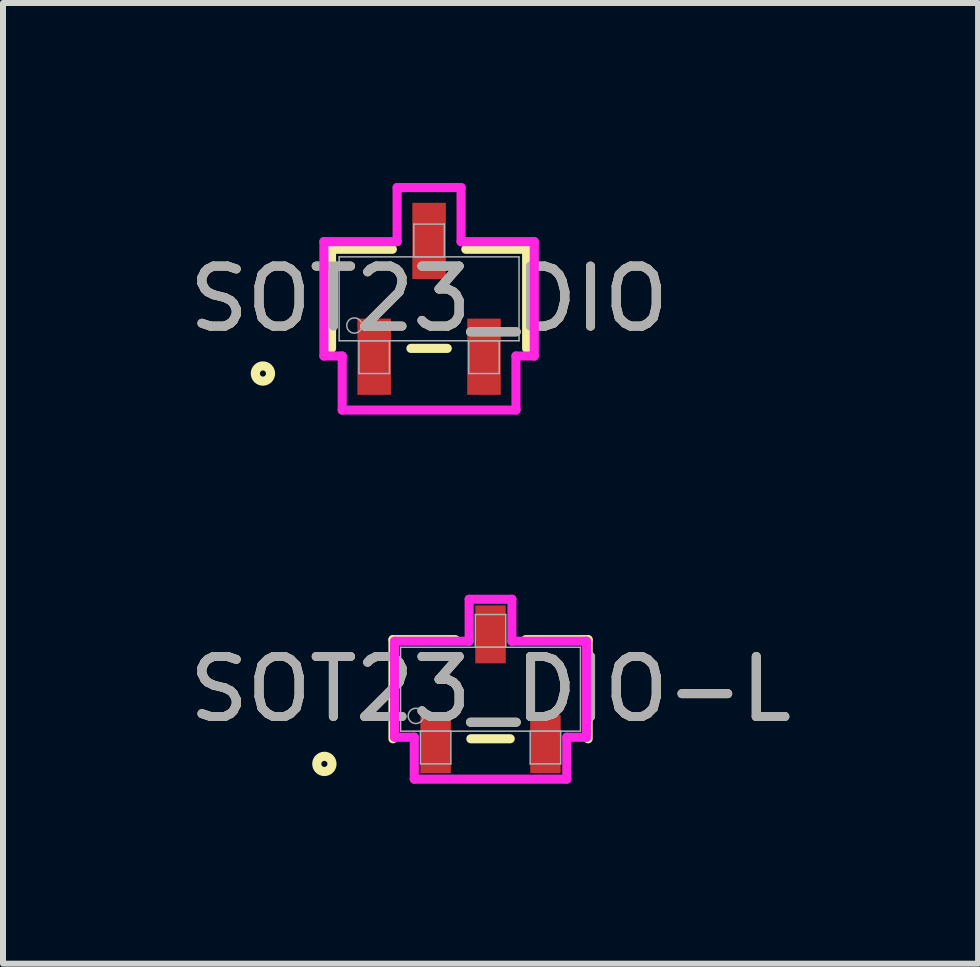
<source format=kicad_pcb>
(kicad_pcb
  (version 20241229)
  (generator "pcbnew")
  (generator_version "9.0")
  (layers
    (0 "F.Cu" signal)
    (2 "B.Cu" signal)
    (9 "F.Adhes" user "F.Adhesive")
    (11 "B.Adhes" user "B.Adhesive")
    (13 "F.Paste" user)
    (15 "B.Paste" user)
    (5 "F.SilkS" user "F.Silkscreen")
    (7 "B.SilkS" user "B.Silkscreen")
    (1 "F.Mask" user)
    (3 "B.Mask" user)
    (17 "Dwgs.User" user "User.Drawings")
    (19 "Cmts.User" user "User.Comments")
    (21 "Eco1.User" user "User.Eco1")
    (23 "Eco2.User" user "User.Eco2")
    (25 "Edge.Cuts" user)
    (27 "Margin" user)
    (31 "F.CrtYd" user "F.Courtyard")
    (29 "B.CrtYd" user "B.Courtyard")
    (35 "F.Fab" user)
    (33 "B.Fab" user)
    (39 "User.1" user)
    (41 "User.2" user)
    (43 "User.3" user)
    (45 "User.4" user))
  (footprint "SOT23_DIO-L"
    (layer "F.Cu")
    (at 5.125 8.436)
    (property "Reference" "SOT23_DIO-L" (at 0 0 0) (unlocked yes) (layer "F.SilkS") (effects (font (size 1 1) (thickness 0.15))))
    (attr smd)
    (fp_line (start -1.626 -0.826) (end -1.626 0.826) (stroke (width 0.152) (type solid)) (layer "F.SilkS"))
    (fp_line (start -0.587 -0.826) (end -1.626 -0.826) (stroke (width 0.152) (type solid)) (layer "F.SilkS"))
    (fp_line (start -0.328 0.826) (end 0.328 0.826) (stroke (width 0.152) (type solid)) (layer "F.SilkS"))
    (fp_line (start 1.626 -0.826) (end 0.587 -0.826) (stroke (width 0.152) (type solid)) (layer "F.SilkS"))
    (fp_line (start 1.626 0.826) (end 1.626 -0.826) (stroke (width 0.152) (type solid)) (layer "F.SilkS"))
    (fp_circle (center -2.769 1.245) (end -2.642 1.245) (stroke (width 0.152) (type solid)) (fill no) (layer "F.SilkS"))
    (fp_line (start -1.6 -0.8) (end -0.356 -0.8) (stroke (width 0.152) (type solid)) (layer "F.CrtYd"))
    (fp_line (start -1.6 0.8) (end -1.6 -0.8) (stroke (width 0.152) (type solid)) (layer "F.CrtYd"))
    (fp_line (start -1.6 0.8) (end -1.271 0.8) (stroke (width 0.152) (type solid)) (layer "F.CrtYd"))
    (fp_line (start -1.271 0.8) (end -1.271 1.499) (stroke (width 0.152) (type solid)) (layer "F.CrtYd"))
    (fp_line (start -1.271 1.499) (end 1.271 1.499) (stroke (width 0.152) (type solid)) (layer "F.CrtYd"))
    (fp_line (start -0.356 -1.499) (end 0.356 -1.499) (stroke (width 0.152) (type solid)) (layer "F.CrtYd"))
    (fp_line (start -0.356 -0.8) (end -0.356 -1.499) (stroke (width 0.152) (type solid)) (layer "F.CrtYd"))
    (fp_line (start 0.356 -0.8) (end 0.356 -1.499) (stroke (width 0.152) (type solid)) (layer "F.CrtYd"))
    (fp_line (start 1.271 0.8) (end 1.271 1.499) (stroke (width 0.152) (type solid)) (layer "F.CrtYd"))
    (fp_line (start 1.6 -0.8) (end 0.356 -0.8) (stroke (width 0.152) (type solid)) (layer "F.CrtYd"))
    (fp_line (start 1.6 -0.8) (end 1.6 0.8) (stroke (width 0.152) (type solid)) (layer "F.CrtYd"))
    (fp_line (start 1.6 0.8) (end 1.271 0.8) (stroke (width 0.152) (type solid)) (layer "F.CrtYd"))
    (fp_line (start -1.499 -0.699) (end -1.499 0.699) (stroke (width 0.025) (type solid)) (layer "F.Fab"))
    (fp_line (start -1.499 0.699) (end 1.499 0.699) (stroke (width 0.025) (type solid)) (layer "F.Fab"))
    (fp_line (start -1.169 0.699) (end -1.169 1.245) (stroke (width 0.025) (type solid)) (layer "F.Fab"))
    (fp_line (start -1.169 1.245) (end -0.661 1.245) (stroke (width 0.025) (type solid)) (layer "F.Fab"))
    (fp_line (start -0.661 0.699) (end -1.169 0.699) (stroke (width 0.025) (type solid)) (layer "F.Fab"))
    (fp_line (start -0.661 1.245) (end -0.661 0.699) (stroke (width 0.025) (type solid)) (layer "F.Fab"))
    (fp_line (start -0.254 -1.245) (end -0.254 -0.699) (stroke (width 0.025) (type solid)) (layer "F.Fab"))
    (fp_line (start -0.254 -0.699) (end 0.254 -0.699) (stroke (width 0.025) (type solid)) (layer "F.Fab"))
    (fp_line (start 0.254 -1.245) (end -0.254 -1.245) (stroke (width 0.025) (type solid)) (layer "F.Fab"))
    (fp_line (start 0.254 -0.699) (end 0.254 -1.245) (stroke (width 0.025) (type solid)) (layer "F.Fab"))
    (fp_line (start 0.661 0.699) (end 0.661 1.245) (stroke (width 0.025) (type solid)) (layer "F.Fab"))
    (fp_line (start 0.661 1.245) (end 1.169 1.245) (stroke (width 0.025) (type solid)) (layer "F.Fab"))
    (fp_line (start 1.169 0.699) (end 0.661 0.699) (stroke (width 0.025) (type solid)) (layer "F.Fab"))
    (fp_line (start 1.169 1.245) (end 1.169 0.699) (stroke (width 0.025) (type solid)) (layer "F.Fab"))
    (fp_line (start 1.499 -0.699) (end -1.499 -0.699) (stroke (width 0.025) (type solid)) (layer "F.Fab"))
    (fp_line (start 1.499 0.699) (end 1.499 -0.699) (stroke (width 0.025) (type solid)) (layer "F.Fab"))
    (fp_circle (center -1.245 0.445) (end -1.118 0.445) (stroke (width 0.025) (type solid)) (fill no) (layer "F.Fab"))
    (fp_text user "${REFERENCE}" (at 0 0 0) (unlocked yes) (layer "F.Fab") (effects (font (size 1 1) (thickness 0.15))))
    (pad "1" smd rect (at -0.915 0.914) (size 0.508 0.965) (layers "F.Cu" "F.Mask" "F.Paste"))
    (pad "2" smd rect (at 0.915 0.914) (size 0.508 0.965) (layers "F.Cu" "F.Mask" "F.Paste"))
    (pad "3" smd rect (at 0 -0.914) (size 0.508 0.965) (layers "F.Cu" "F.Mask" "F.Paste")))
  (footprint "SOT23_DIO"
    (layer "F.Cu")
    (at 4.101 1.93)
    (property "Reference" "SOT23_DIO" (at 0 0 0) (unlocked yes) (layer "F.SilkS") (effects (font (size 1 1) (thickness 0.15))))
    (attr smd)
    (fp_line (start -1.626 -0.826) (end -1.626 0.826) (stroke (width 0.152) (type solid)) (layer "F.SilkS"))
    (fp_line (start -0.612 -0.826) (end -1.626 -0.826) (stroke (width 0.152) (type solid)) (layer "F.SilkS"))
    (fp_line (start -0.303 0.826) (end 0.303 0.826) (stroke (width 0.152) (type solid)) (layer "F.SilkS"))
    (fp_line (start 1.626 -0.826) (end 0.612 -0.826) (stroke (width 0.152) (type solid)) (layer "F.SilkS"))
    (fp_line (start 1.626 0.826) (end 1.626 -0.826) (stroke (width 0.152) (type solid)) (layer "F.SilkS"))
    (fp_circle (center -2.769 1.245) (end -2.642 1.245) (stroke (width 0.152) (type solid)) (fill no) (layer "F.SilkS"))
    (fp_line (start -1.753 -0.953) (end -0.533 -0.953) (stroke (width 0.152) (type solid)) (layer "F.CrtYd"))
    (fp_line (start -1.753 0.953) (end -1.753 -0.953) (stroke (width 0.152) (type solid)) (layer "F.CrtYd"))
    (fp_line (start -1.753 0.953) (end -1.448 0.953) (stroke (width 0.152) (type solid)) (layer "F.CrtYd"))
    (fp_line (start -1.448 0.953) (end -1.448 1.854) (stroke (width 0.152) (type solid)) (layer "F.CrtYd"))
    (fp_line (start -1.448 1.854) (end 1.448 1.854) (stroke (width 0.152) (type solid)) (layer "F.CrtYd"))
    (fp_line (start -0.533 -1.854) (end 0.533 -1.854) (stroke (width 0.152) (type solid)) (layer "F.CrtYd"))
    (fp_line (start -0.533 -0.953) (end -0.533 -1.854) (stroke (width 0.152) (type solid)) (layer "F.CrtYd"))
    (fp_line (start 0.533 -0.953) (end 0.533 -1.854) (stroke (width 0.152) (type solid)) (layer "F.CrtYd"))
    (fp_line (start 1.448 0.953) (end 1.448 1.854) (stroke (width 0.152) (type solid)) (layer "F.CrtYd"))
    (fp_line (start 1.753 -0.953) (end 0.533 -0.953) (stroke (width 0.152) (type solid)) (layer "F.CrtYd"))
    (fp_line (start 1.753 -0.953) (end 1.753 0.953) (stroke (width 0.152) (type solid)) (layer "F.CrtYd"))
    (fp_line (start 1.753 0.953) (end 1.448 0.953) (stroke (width 0.152) (type solid)) (layer "F.CrtYd"))
    (fp_line (start -1.499 -0.699) (end -1.499 0.699) (stroke (width 0.025) (type solid)) (layer "F.Fab"))
    (fp_line (start -1.499 0.699) (end 1.499 0.699) (stroke (width 0.025) (type solid)) (layer "F.Fab"))
    (fp_line (start -1.169 0.699) (end -1.169 1.245) (stroke (width 0.025) (type solid)) (layer "F.Fab"))
    (fp_line (start -1.169 1.245) (end -0.661 1.245) (stroke (width 0.025) (type solid)) (layer "F.Fab"))
    (fp_line (start -0.661 0.699) (end -1.169 0.699) (stroke (width 0.025) (type solid)) (layer "F.Fab"))
    (fp_line (start -0.661 1.245) (end -0.661 0.699) (stroke (width 0.025) (type solid)) (layer "F.Fab"))
    (fp_line (start -0.254 -1.245) (end -0.254 -0.699) (stroke (width 0.025) (type solid)) (layer "F.Fab"))
    (fp_line (start -0.254 -0.699) (end 0.254 -0.699) (stroke (width 0.025) (type solid)) (layer "F.Fab"))
    (fp_line (start 0.254 -1.245) (end -0.254 -1.245) (stroke (width 0.025) (type solid)) (layer "F.Fab"))
    (fp_line (start 0.254 -0.699) (end 0.254 -1.245) (stroke (width 0.025) (type solid)) (layer "F.Fab"))
    (fp_line (start 0.661 0.699) (end 0.661 1.245) (stroke (width 0.025) (type solid)) (layer "F.Fab"))
    (fp_line (start 0.661 1.245) (end 1.169 1.245) (stroke (width 0.025) (type solid)) (layer "F.Fab"))
    (fp_line (start 1.169 0.699) (end 0.661 0.699) (stroke (width 0.025) (type solid)) (layer "F.Fab"))
    (fp_line (start 1.169 1.245) (end 1.169 0.699) (stroke (width 0.025) (type solid)) (layer "F.Fab"))
    (fp_line (start 1.499 -0.699) (end -1.499 -0.699) (stroke (width 0.025) (type solid)) (layer "F.Fab"))
    (fp_line (start 1.499 0.699) (end 1.499 -0.699) (stroke (width 0.025) (type solid)) (layer "F.Fab"))
    (fp_circle (center -1.245 0.445) (end -1.118 0.445) (stroke (width 0.025) (type solid)) (fill no) (layer "F.Fab"))
    (fp_text user "${REFERENCE}" (at 0 0 0) (unlocked yes) (layer "F.Fab") (effects (font (size 1 1) (thickness 0.15))))
    (pad "1" smd rect (at -0.915 0.965) (size 0.559 1.27) (layers "F.Cu" "F.Mask" "F.Paste"))
    (pad "2" smd rect (at 0.915 0.965) (size 0.559 1.27) (layers "F.Cu" "F.Mask" "F.Paste"))
    (pad "3" smd rect (at 0 -0.965) (size 0.559 1.27) (layers "F.Cu" "F.Mask" "F.Paste")))
  (gr_rect
    (start -3 -3)
    (end 13.25 13.01)
    (stroke (width 0.1) (type default))
    (fill no)
    (layer "Edge.Cuts")))
</source>
